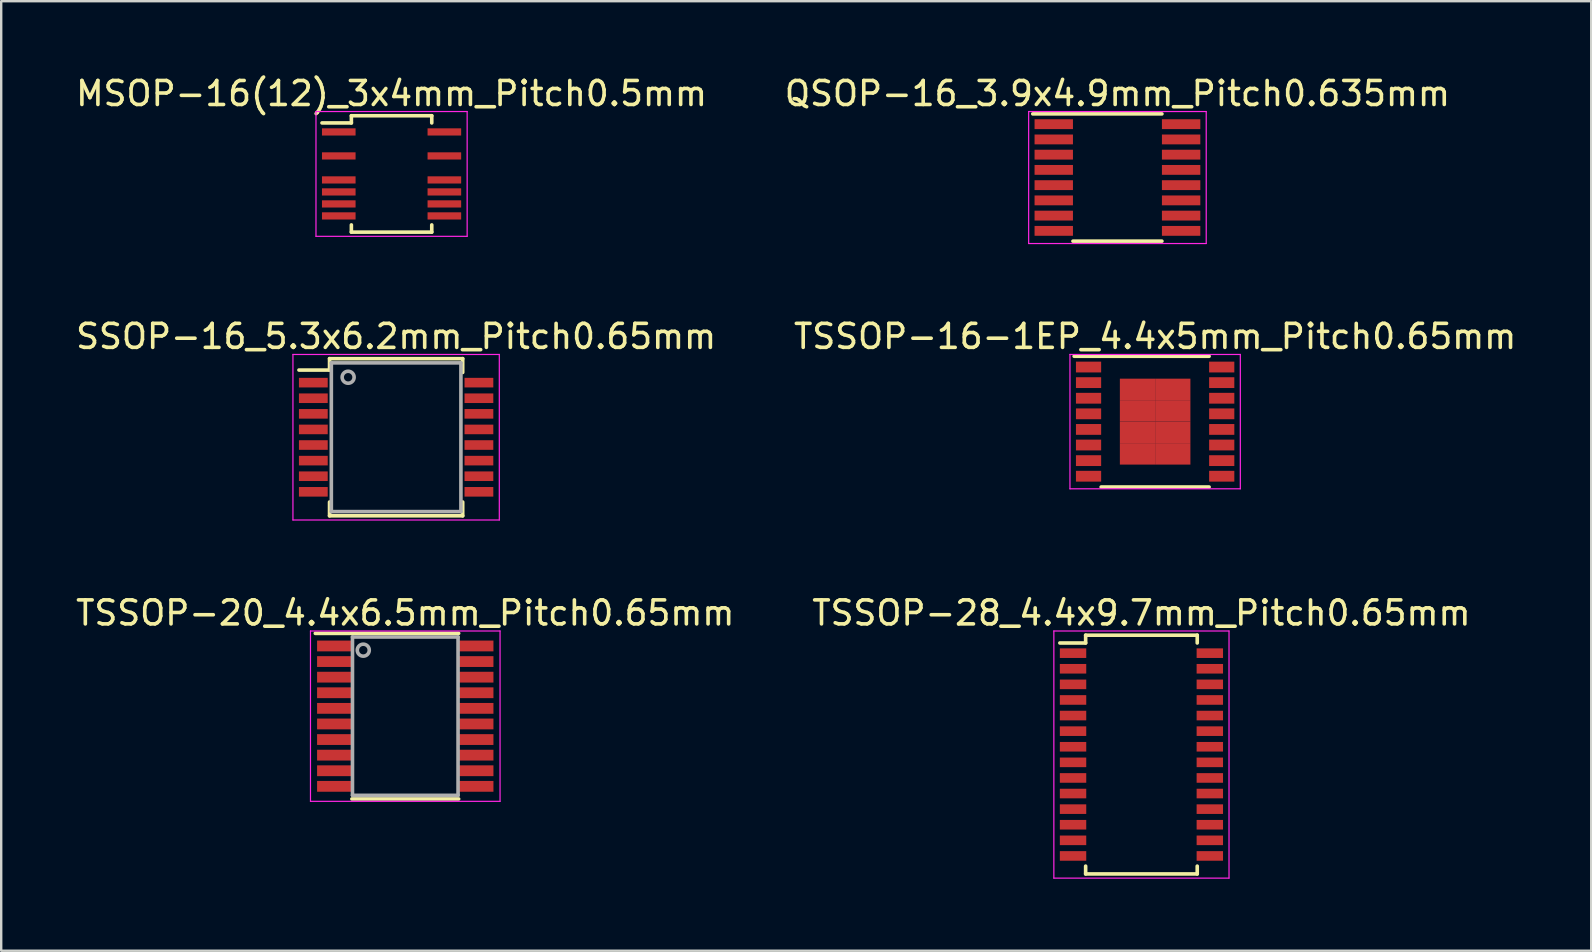
<source format=kicad_pcb>
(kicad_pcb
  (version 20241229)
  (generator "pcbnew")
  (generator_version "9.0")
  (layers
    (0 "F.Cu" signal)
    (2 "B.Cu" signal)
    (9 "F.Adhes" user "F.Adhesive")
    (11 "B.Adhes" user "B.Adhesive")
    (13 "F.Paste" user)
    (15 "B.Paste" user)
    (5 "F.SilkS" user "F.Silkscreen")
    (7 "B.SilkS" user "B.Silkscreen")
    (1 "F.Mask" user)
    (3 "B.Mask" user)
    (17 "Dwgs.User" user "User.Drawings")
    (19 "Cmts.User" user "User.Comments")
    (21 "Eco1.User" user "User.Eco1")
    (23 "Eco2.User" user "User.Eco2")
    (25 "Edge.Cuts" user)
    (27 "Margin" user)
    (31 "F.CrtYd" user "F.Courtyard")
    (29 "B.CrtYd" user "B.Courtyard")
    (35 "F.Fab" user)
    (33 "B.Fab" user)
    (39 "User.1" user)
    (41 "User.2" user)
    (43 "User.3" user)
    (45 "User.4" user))
  (footprint "QSOP-16_3.9x4.9mm_Pitch0.635mm"
    (layer "F.Cu")
    (at 43.518 4.348)
    (property "Reference" "QSOP-16_3.9x4.9mm_Pitch0.635mm" (at 0 -3.5 0) (layer "F.SilkS") (effects (font (size 1 1) (thickness 0.15))))
    (attr smd)
    (fp_line (start -3.529 -2.652) (end 1.854 -2.652) (stroke (width 0.15) (type solid)) (layer "F.SilkS"))
    (fp_line (start -1.854 2.652) (end 1.854 2.652) (stroke (width 0.15) (type solid)) (layer "F.SilkS"))
    (fp_line (start -3.7 -2.75) (end -3.7 2.75) (stroke (width 0.05) (type solid)) (layer "F.CrtYd"))
    (fp_line (start -3.7 -2.75) (end 3.7 -2.75) (stroke (width 0.05) (type solid)) (layer "F.CrtYd"))
    (fp_line (start -3.7 2.75) (end 3.7 2.75) (stroke (width 0.05) (type solid)) (layer "F.CrtYd"))
    (fp_line (start 3.7 -2.75) (end 3.7 2.75) (stroke (width 0.05) (type solid)) (layer "F.CrtYd"))
    (pad "1" smd rect (at -2.654 -2.223) (size 1.6 0.41) (layers "F.Cu" "F.Mask" "F.Paste"))
    (pad "2" smd rect (at -2.654 -1.587) (size 1.6 0.41) (layers "F.Cu" "F.Mask" "F.Paste"))
    (pad "3" smd rect (at -2.654 -0.953) (size 1.6 0.41) (layers "F.Cu" "F.Mask" "F.Paste"))
    (pad "4" smd rect (at -2.654 -0.318) (size 1.6 0.41) (layers "F.Cu" "F.Mask" "F.Paste"))
    (pad "5" smd rect (at -2.654 0.318) (size 1.6 0.41) (layers "F.Cu" "F.Mask" "F.Paste"))
    (pad "6" smd rect (at -2.654 0.953) (size 1.6 0.41) (layers "F.Cu" "F.Mask" "F.Paste"))
    (pad "7" smd rect (at -2.654 1.587) (size 1.6 0.41) (layers "F.Cu" "F.Mask" "F.Paste"))
    (pad "8" smd rect (at -2.654 2.223) (size 1.6 0.41) (layers "F.Cu" "F.Mask" "F.Paste"))
    (pad "9" smd rect (at 2.654 2.223) (size 1.6 0.41) (layers "F.Cu" "F.Mask" "F.Paste"))
    (pad "10" smd rect (at 2.654 1.587) (size 1.6 0.41) (layers "F.Cu" "F.Mask" "F.Paste"))
    (pad "11" smd rect (at 2.654 0.953) (size 1.6 0.41) (layers "F.Cu" "F.Mask" "F.Paste"))
    (pad "12" smd rect (at 2.654 0.318) (size 1.6 0.41) (layers "F.Cu" "F.Mask" "F.Paste"))
    (pad "13" smd rect (at 2.654 -0.318) (size 1.6 0.41) (layers "F.Cu" "F.Mask" "F.Paste"))
    (pad "14" smd rect (at 2.654 -0.953) (size 1.6 0.41) (layers "F.Cu" "F.Mask" "F.Paste"))
    (pad "15" smd rect (at 2.654 -1.587) (size 1.6 0.41) (layers "F.Cu" "F.Mask" "F.Paste"))
    (pad "16" smd rect (at 2.654 -2.223) (size 1.6 0.41) (layers "F.Cu" "F.Mask" "F.Paste")))
  (footprint "SSOP-16_5.3x6.2mm_Pitch0.65mm"
    (layer "F.Cu")
    (at 13.458 15.171)
    (property "Reference" "SSOP-16_5.3x6.2mm_Pitch0.65mm" (at 0 -4.2 0) (layer "F.SilkS") (effects (font (size 1 1) (thickness 0.15))))
    (attr smd)
    (fp_line (start -2.775 -3.275) (end -2.775 -2.8) (stroke (width 0.15) (type solid)) (layer "F.SilkS"))
    (fp_line (start -2.775 -3.275) (end 2.775 -3.275) (stroke (width 0.15) (type solid)) (layer "F.SilkS"))
    (fp_line (start -2.775 -2.8) (end -4.05 -2.8) (stroke (width 0.15) (type solid)) (layer "F.SilkS"))
    (fp_line (start -2.775 3.275) (end -2.775 2.7) (stroke (width 0.15) (type solid)) (layer "F.SilkS"))
    (fp_line (start -2.775 3.275) (end 2.775 3.275) (stroke (width 0.15) (type solid)) (layer "F.SilkS"))
    (fp_line (start 2.775 -3.275) (end 2.775 -2.7) (stroke (width 0.15) (type solid)) (layer "F.SilkS"))
    (fp_line (start 2.775 3.275) (end 2.775 2.7) (stroke (width 0.15) (type solid)) (layer "F.SilkS"))
    (fp_line (start -4.3 -3.45) (end -4.3 3.45) (stroke (width 0.05) (type solid)) (layer "F.CrtYd"))
    (fp_line (start -4.3 -3.45) (end 4.3 -3.45) (stroke (width 0.05) (type solid)) (layer "F.CrtYd"))
    (fp_line (start -4.3 3.45) (end 4.3 3.45) (stroke (width 0.05) (type solid)) (layer "F.CrtYd"))
    (fp_line (start 4.3 -3.45) (end 4.3 3.45) (stroke (width 0.05) (type solid)) (layer "F.CrtYd"))
    (fp_line (start -2.7 -3.1) (end 2.7 -3.1) (stroke (width 0.15) (type solid)) (layer "F.Fab"))
    (fp_line (start -2.7 3.1) (end -2.7 -3.1) (stroke (width 0.15) (type solid)) (layer "F.Fab"))
    (fp_line (start 2.7 -3.1) (end 2.7 3.1) (stroke (width 0.15) (type solid)) (layer "F.Fab"))
    (fp_line (start 2.7 3.1) (end -2.7 3.1) (stroke (width 0.15) (type solid)) (layer "F.Fab"))
    (fp_circle (center -2 -2.5) (end -2.25 -2.5) (stroke (width 0.15) (type solid)) (fill no) (layer "F.Fab"))
    (pad "1" smd rect (at -3.45 -2.275) (size 1.2 0.4) (layers "F.Cu" "F.Mask" "F.Paste"))
    (pad "2" smd rect (at -3.45 -1.625) (size 1.2 0.4) (layers "F.Cu" "F.Mask" "F.Paste"))
    (pad "3" smd rect (at -3.45 -0.975) (size 1.2 0.4) (layers "F.Cu" "F.Mask" "F.Paste"))
    (pad "4" smd rect (at -3.45 -0.325) (size 1.2 0.4) (layers "F.Cu" "F.Mask" "F.Paste"))
    (pad "5" smd rect (at -3.45 0.325) (size 1.2 0.4) (layers "F.Cu" "F.Mask" "F.Paste"))
    (pad "6" smd rect (at -3.45 0.975) (size 1.2 0.4) (layers "F.Cu" "F.Mask" "F.Paste"))
    (pad "7" smd rect (at -3.45 1.625) (size 1.2 0.4) (layers "F.Cu" "F.Mask" "F.Paste"))
    (pad "8" smd rect (at -3.45 2.275) (size 1.2 0.4) (layers "F.Cu" "F.Mask" "F.Paste"))
    (pad "9" smd rect (at 3.45 2.275) (size 1.2 0.4) (layers "F.Cu" "F.Mask" "F.Paste"))
    (pad "10" smd rect (at 3.45 1.625) (size 1.2 0.4) (layers "F.Cu" "F.Mask" "F.Paste"))
    (pad "11" smd rect (at 3.45 0.975) (size 1.2 0.4) (layers "F.Cu" "F.Mask" "F.Paste"))
    (pad "12" smd rect (at 3.45 0.325) (size 1.2 0.4) (layers "F.Cu" "F.Mask" "F.Paste"))
    (pad "13" smd rect (at 3.45 -0.325) (size 1.2 0.4) (layers "F.Cu" "F.Mask" "F.Paste"))
    (pad "14" smd rect (at 3.45 -0.975) (size 1.2 0.4) (layers "F.Cu" "F.Mask" "F.Paste"))
    (pad "15" smd rect (at 3.45 -1.625) (size 1.2 0.4) (layers "F.Cu" "F.Mask" "F.Paste"))
    (pad "16" smd rect (at 3.45 -2.275) (size 1.2 0.4) (layers "F.Cu" "F.Mask" "F.Paste")))
  (footprint "TSSOP-28_4.4x9.7mm_Pitch0.65mm"
    (layer "F.Cu")
    (at 44.518 28.395)
    (property "Reference" "TSSOP-28_4.4x9.7mm_Pitch0.65mm" (at 0 -5.9 0) (layer "F.SilkS") (effects (font (size 1 1) (thickness 0.15))))
    (attr smd)
    (fp_line (start -2.325 -4.975) (end -2.325 -4.65) (stroke (width 0.15) (type solid)) (layer "F.SilkS"))
    (fp_line (start -2.325 -4.975) (end 2.325 -4.975) (stroke (width 0.15) (type solid)) (layer "F.SilkS"))
    (fp_line (start -2.325 -4.65) (end -3.4 -4.65) (stroke (width 0.15) (type solid)) (layer "F.SilkS"))
    (fp_line (start -2.325 4.975) (end -2.325 4.65) (stroke (width 0.15) (type solid)) (layer "F.SilkS"))
    (fp_line (start -2.325 4.975) (end 2.325 4.975) (stroke (width 0.15) (type solid)) (layer "F.SilkS"))
    (fp_line (start 2.325 -4.975) (end 2.325 -4.65) (stroke (width 0.15) (type solid)) (layer "F.SilkS"))
    (fp_line (start 2.325 4.975) (end 2.325 4.65) (stroke (width 0.15) (type solid)) (layer "F.SilkS"))
    (fp_line (start -3.65 -5.15) (end -3.65 5.15) (stroke (width 0.05) (type solid)) (layer "F.CrtYd"))
    (fp_line (start -3.65 -5.15) (end 3.65 -5.15) (stroke (width 0.05) (type solid)) (layer "F.CrtYd"))
    (fp_line (start -3.65 5.15) (end 3.65 5.15) (stroke (width 0.05) (type solid)) (layer "F.CrtYd"))
    (fp_line (start 3.65 -5.15) (end 3.65 5.15) (stroke (width 0.05) (type solid)) (layer "F.CrtYd"))
    (pad "1" smd rect (at -2.85 -4.225) (size 1.1 0.4) (layers "F.Cu" "F.Mask" "F.Paste"))
    (pad "2" smd rect (at -2.85 -3.575) (size 1.1 0.4) (layers "F.Cu" "F.Mask" "F.Paste"))
    (pad "3" smd rect (at -2.85 -2.925) (size 1.1 0.4) (layers "F.Cu" "F.Mask" "F.Paste"))
    (pad "4" smd rect (at -2.85 -2.275) (size 1.1 0.4) (layers "F.Cu" "F.Mask" "F.Paste"))
    (pad "5" smd rect (at -2.85 -1.625) (size 1.1 0.4) (layers "F.Cu" "F.Mask" "F.Paste"))
    (pad "6" smd rect (at -2.85 -0.975) (size 1.1 0.4) (layers "F.Cu" "F.Mask" "F.Paste"))
    (pad "7" smd rect (at -2.85 -0.325) (size 1.1 0.4) (layers "F.Cu" "F.Mask" "F.Paste"))
    (pad "8" smd rect (at -2.85 0.325) (size 1.1 0.4) (layers "F.Cu" "F.Mask" "F.Paste"))
    (pad "9" smd rect (at -2.85 0.975) (size 1.1 0.4) (layers "F.Cu" "F.Mask" "F.Paste"))
    (pad "10" smd rect (at -2.85 1.625) (size 1.1 0.4) (layers "F.Cu" "F.Mask" "F.Paste"))
    (pad "11" smd rect (at -2.85 2.275) (size 1.1 0.4) (layers "F.Cu" "F.Mask" "F.Paste"))
    (pad "12" smd rect (at -2.85 2.925) (size 1.1 0.4) (layers "F.Cu" "F.Mask" "F.Paste"))
    (pad "13" smd rect (at -2.85 3.575) (size 1.1 0.4) (layers "F.Cu" "F.Mask" "F.Paste"))
    (pad "14" smd rect (at -2.85 4.225) (size 1.1 0.4) (layers "F.Cu" "F.Mask" "F.Paste"))
    (pad "15" smd rect (at 2.85 4.225) (size 1.1 0.4) (layers "F.Cu" "F.Mask" "F.Paste"))
    (pad "16" smd rect (at 2.85 3.575) (size 1.1 0.4) (layers "F.Cu" "F.Mask" "F.Paste"))
    (pad "17" smd rect (at 2.85 2.925) (size 1.1 0.4) (layers "F.Cu" "F.Mask" "F.Paste"))
    (pad "18" smd rect (at 2.85 2.275) (size 1.1 0.4) (layers "F.Cu" "F.Mask" "F.Paste"))
    (pad "19" smd rect (at 2.85 1.625) (size 1.1 0.4) (layers "F.Cu" "F.Mask" "F.Paste"))
    (pad "20" smd rect (at 2.85 0.975) (size 1.1 0.4) (layers "F.Cu" "F.Mask" "F.Paste"))
    (pad "21" smd rect (at 2.85 0.325) (size 1.1 0.4) (layers "F.Cu" "F.Mask" "F.Paste"))
    (pad "22" smd rect (at 2.85 -0.325) (size 1.1 0.4) (layers "F.Cu" "F.Mask" "F.Paste"))
    (pad "23" smd rect (at 2.85 -0.975) (size 1.1 0.4) (layers "F.Cu" "F.Mask" "F.Paste"))
    (pad "24" smd rect (at 2.85 -1.625) (size 1.1 0.4) (layers "F.Cu" "F.Mask" "F.Paste"))
    (pad "25" smd rect (at 2.85 -2.275) (size 1.1 0.4) (layers "F.Cu" "F.Mask" "F.Paste"))
    (pad "26" smd rect (at 2.85 -2.925) (size 1.1 0.4) (layers "F.Cu" "F.Mask" "F.Paste"))
    (pad "27" smd rect (at 2.85 -3.575) (size 1.1 0.4) (layers "F.Cu" "F.Mask" "F.Paste"))
    (pad "28" smd rect (at 2.85 -4.225) (size 1.1 0.4) (layers "F.Cu" "F.Mask" "F.Paste")))
  (footprint "TSSOP-20_4.4x6.5mm_Pitch0.65mm"
    (layer "F.Cu")
    (at 13.839 26.795)
    (property "Reference" "TSSOP-20_4.4x6.5mm_Pitch0.65mm" (at 0 -4.3 0) (layer "F.SilkS") (effects (font (size 1 1) (thickness 0.15))))
    (attr smd)
    (fp_line (start -3.75 -3.45) (end 2.225 -3.45) (stroke (width 0.15) (type solid)) (layer "F.SilkS"))
    (fp_line (start -2.225 3.45) (end 2.225 3.45) (stroke (width 0.15) (type solid)) (layer "F.SilkS"))
    (fp_line (start -3.95 -3.55) (end -3.95 3.55) (stroke (width 0.05) (type solid)) (layer "F.CrtYd"))
    (fp_line (start -3.95 -3.55) (end 3.95 -3.55) (stroke (width 0.05) (type solid)) (layer "F.CrtYd"))
    (fp_line (start -3.95 3.55) (end 3.95 3.55) (stroke (width 0.05) (type solid)) (layer "F.CrtYd"))
    (fp_line (start 3.95 -3.55) (end 3.95 3.55) (stroke (width 0.05) (type solid)) (layer "F.CrtYd"))
    (fp_line (start -2.2 -3.3) (end 2.2 -3.3) (stroke (width 0.15) (type solid)) (layer "F.Fab"))
    (fp_line (start -2.2 3.3) (end -2.2 -3.3) (stroke (width 0.15) (type solid)) (layer "F.Fab"))
    (fp_line (start 2.2 -3.3) (end 2.2 3.3) (stroke (width 0.15) (type solid)) (layer "F.Fab"))
    (fp_line (start 2.2 3.3) (end -2.2 3.3) (stroke (width 0.15) (type solid)) (layer "F.Fab"))
    (fp_circle (center -1.75 -2.75) (end -2 -2.75) (stroke (width 0.15) (type solid)) (fill no) (layer "F.Fab"))
    (pad "1" smd rect (at -2.95 -2.925) (size 1.45 0.45) (layers "F.Cu" "F.Mask" "F.Paste"))
    (pad "2" smd rect (at -2.95 -2.275) (size 1.45 0.45) (layers "F.Cu" "F.Mask" "F.Paste"))
    (pad "3" smd rect (at -2.95 -1.625) (size 1.45 0.45) (layers "F.Cu" "F.Mask" "F.Paste"))
    (pad "4" smd rect (at -2.95 -0.975) (size 1.45 0.45) (layers "F.Cu" "F.Mask" "F.Paste"))
    (pad "5" smd rect (at -2.95 -0.325) (size 1.45 0.45) (layers "F.Cu" "F.Mask" "F.Paste"))
    (pad "6" smd rect (at -2.95 0.325) (size 1.45 0.45) (layers "F.Cu" "F.Mask" "F.Paste"))
    (pad "7" smd rect (at -2.95 0.975) (size 1.45 0.45) (layers "F.Cu" "F.Mask" "F.Paste"))
    (pad "8" smd rect (at -2.95 1.625) (size 1.45 0.45) (layers "F.Cu" "F.Mask" "F.Paste"))
    (pad "9" smd rect (at -2.95 2.275) (size 1.45 0.45) (layers "F.Cu" "F.Mask" "F.Paste"))
    (pad "10" smd rect (at -2.95 2.925) (size 1.45 0.45) (layers "F.Cu" "F.Mask" "F.Paste"))
    (pad "11" smd rect (at 2.95 2.925) (size 1.45 0.45) (layers "F.Cu" "F.Mask" "F.Paste"))
    (pad "12" smd rect (at 2.95 2.275) (size 1.45 0.45) (layers "F.Cu" "F.Mask" "F.Paste"))
    (pad "13" smd rect (at 2.95 1.625) (size 1.45 0.45) (layers "F.Cu" "F.Mask" "F.Paste"))
    (pad "14" smd rect (at 2.95 0.975) (size 1.45 0.45) (layers "F.Cu" "F.Mask" "F.Paste"))
    (pad "15" smd rect (at 2.95 0.325) (size 1.45 0.45) (layers "F.Cu" "F.Mask" "F.Paste"))
    (pad "16" smd rect (at 2.95 -0.325) (size 1.45 0.45) (layers "F.Cu" "F.Mask" "F.Paste"))
    (pad "17" smd rect (at 2.95 -0.975) (size 1.45 0.45) (layers "F.Cu" "F.Mask" "F.Paste"))
    (pad "18" smd rect (at 2.95 -1.625) (size 1.45 0.45) (layers "F.Cu" "F.Mask" "F.Paste"))
    (pad "19" smd rect (at 2.95 -2.275) (size 1.45 0.45) (layers "F.Cu" "F.Mask" "F.Paste"))
    (pad "20" smd rect (at 2.95 -2.925) (size 1.45 0.45) (layers "F.Cu" "F.Mask" "F.Paste")))
  (footprint "MSOP-16(12)_3x4mm_Pitch0.5mm"
    (layer "F.Cu")
    (at 13.268 4.198)
    (property "Reference" "MSOP-16(12)_3x4mm_Pitch0.5mm" (at 0 -3.35 0) (layer "F.SilkS") (effects (font (size 1 1) (thickness 0.15))))
    (attr smd)
    (fp_line (start -1.675 -2.425) (end -1.675 -2.125) (stroke (width 0.15) (type solid)) (layer "F.SilkS"))
    (fp_line (start -1.675 -2.425) (end 1.675 -2.425) (stroke (width 0.15) (type solid)) (layer "F.SilkS"))
    (fp_line (start -1.675 -2.125) (end -2.9 -2.125) (stroke (width 0.15) (type solid)) (layer "F.SilkS"))
    (fp_line (start -1.675 2.425) (end -1.675 2.125) (stroke (width 0.15) (type solid)) (layer "F.SilkS"))
    (fp_line (start -1.675 2.425) (end 1.675 2.425) (stroke (width 0.15) (type solid)) (layer "F.SilkS"))
    (fp_line (start 1.675 -2.425) (end 1.675 -2.125) (stroke (width 0.15) (type solid)) (layer "F.SilkS"))
    (fp_line (start 1.675 2.425) (end 1.675 2.125) (stroke (width 0.15) (type solid)) (layer "F.SilkS"))
    (fp_line (start -3.15 -2.6) (end -3.15 2.6) (stroke (width 0.05) (type solid)) (layer "F.CrtYd"))
    (fp_line (start -3.15 -2.6) (end 3.15 -2.6) (stroke (width 0.05) (type solid)) (layer "F.CrtYd"))
    (fp_line (start -3.15 2.6) (end 3.15 2.6) (stroke (width 0.05) (type solid)) (layer "F.CrtYd"))
    (fp_line (start 3.15 -2.6) (end 3.15 2.6) (stroke (width 0.05) (type solid)) (layer "F.CrtYd"))
    (pad "1" smd rect (at -2.2 -1.75) (size 1.4 0.3) (layers "F.Cu" "F.Mask" "F.Paste"))
    (pad "3" smd rect (at -2.2 -0.75) (size 1.4 0.3) (layers "F.Cu" "F.Mask" "F.Paste"))
    (pad "5" smd rect (at -2.2 0.25) (size 1.4 0.3) (layers "F.Cu" "F.Mask" "F.Paste"))
    (pad "6" smd rect (at -2.2 0.75) (size 1.4 0.3) (layers "F.Cu" "F.Mask" "F.Paste"))
    (pad "7" smd rect (at -2.2 1.25) (size 1.4 0.3) (layers "F.Cu" "F.Mask" "F.Paste"))
    (pad "8" smd rect (at -2.2 1.75) (size 1.4 0.3) (layers "F.Cu" "F.Mask" "F.Paste"))
    (pad "9" smd rect (at 2.2 1.75) (size 1.4 0.3) (layers "F.Cu" "F.Mask" "F.Paste"))
    (pad "10" smd rect (at 2.2 1.25) (size 1.4 0.3) (layers "F.Cu" "F.Mask" "F.Paste"))
    (pad "11" smd rect (at 2.2 0.75) (size 1.4 0.3) (layers "F.Cu" "F.Mask" "F.Paste"))
    (pad "12" smd rect (at 2.2 0.25) (size 1.4 0.3) (layers "F.Cu" "F.Mask" "F.Paste"))
    (pad "14" smd rect (at 2.2 -0.75) (size 1.4 0.3) (layers "F.Cu" "F.Mask" "F.Paste"))
    (pad "16" smd rect (at 2.2 -1.75) (size 1.4 0.3) (layers "F.Cu" "F.Mask" "F.Paste")))
  (footprint "TSSOP-16-1EP_4.4x5mm_Pitch0.65mm"
    (layer "F.Cu")
    (at 45.089 14.521)
    (property "Reference" "TSSOP-16-1EP_4.4x5mm_Pitch0.65mm" (at 0 -3.55 0) (layer "F.SilkS") (effects (font (size 1 1) (thickness 0.15))))
    (attr smd)
    (fp_line (start -3.375 -2.725) (end 2.25 -2.725) (stroke (width 0.15) (type solid)) (layer "F.SilkS"))
    (fp_line (start -2.25 2.725) (end 2.25 2.725) (stroke (width 0.15) (type solid)) (layer "F.SilkS"))
    (fp_line (start -3.55 -2.8) (end -3.55 2.8) (stroke (width 0.05) (type solid)) (layer "F.CrtYd"))
    (fp_line (start -3.55 -2.8) (end 3.55 -2.8) (stroke (width 0.05) (type solid)) (layer "F.CrtYd"))
    (fp_line (start -3.55 2.8) (end 3.55 2.8) (stroke (width 0.05) (type solid)) (layer "F.CrtYd"))
    (fp_line (start 3.55 -2.8) (end 3.55 2.8) (stroke (width 0.05) (type solid)) (layer "F.CrtYd"))
    (pad "1" smd rect (at -2.775 -2.275) (size 1.05 0.45) (layers "F.Cu" "F.Mask" "F.Paste"))
    (pad "2" smd rect (at -2.775 -1.625) (size 1.05 0.45) (layers "F.Cu" "F.Mask" "F.Paste"))
    (pad "3" smd rect (at -2.775 -0.975) (size 1.05 0.45) (layers "F.Cu" "F.Mask" "F.Paste"))
    (pad "4" smd rect (at -2.775 -0.325) (size 1.05 0.45) (layers "F.Cu" "F.Mask" "F.Paste"))
    (pad "5" smd rect (at -2.775 0.325) (size 1.05 0.45) (layers "F.Cu" "F.Mask" "F.Paste"))
    (pad "6" smd rect (at -2.775 0.975) (size 1.05 0.45) (layers "F.Cu" "F.Mask" "F.Paste"))
    (pad "7" smd rect (at -2.775 1.625) (size 1.05 0.45) (layers "F.Cu" "F.Mask" "F.Paste"))
    (pad "8" smd rect (at -2.775 2.275) (size 1.05 0.45) (layers "F.Cu" "F.Mask" "F.Paste"))
    (pad "9" smd rect (at 2.775 2.275) (size 1.05 0.45) (layers "F.Cu" "F.Mask" "F.Paste"))
    (pad "10" smd rect (at 2.775 1.625) (size 1.05 0.45) (layers "F.Cu" "F.Mask" "F.Paste"))
    (pad "11" smd rect (at 2.775 0.975) (size 1.05 0.45) (layers "F.Cu" "F.Mask" "F.Paste"))
    (pad "12" smd rect (at 2.775 0.325) (size 1.05 0.45) (layers "F.Cu" "F.Mask" "F.Paste"))
    (pad "13" smd rect (at 2.775 -0.325) (size 1.05 0.45) (layers "F.Cu" "F.Mask" "F.Paste"))
    (pad "14" smd rect (at 2.775 -0.975) (size 1.05 0.45) (layers "F.Cu" "F.Mask" "F.Paste"))
    (pad "15" smd rect (at 2.775 -1.625) (size 1.05 0.45) (layers "F.Cu" "F.Mask" "F.Paste"))
    (pad "16" smd rect (at 2.775 -2.275) (size 1.05 0.45) (layers "F.Cu" "F.Mask" "F.Paste"))
    (pad "17" smd rect (at -0.735 -1.343) (size 1.47 0.895) (layers "F.Cu" "F.Mask" "F.Paste"))
    (pad "17" smd rect (at -0.735 -0.448) (size 1.47 0.895) (layers "F.Cu" "F.Mask" "F.Paste"))
    (pad "17" smd rect (at -0.735 0.448) (size 1.47 0.895) (layers "F.Cu" "F.Mask" "F.Paste"))
    (pad "17" smd rect (at -0.735 1.343) (size 1.47 0.895) (layers "F.Cu" "F.Mask" "F.Paste"))
    (pad "17" smd rect (at 0.735 -1.343) (size 1.47 0.895) (layers "F.Cu" "F.Mask" "F.Paste"))
    (pad "17" smd rect (at 0.735 -0.448) (size 1.47 0.895) (layers "F.Cu" "F.Mask" "F.Paste"))
    (pad "17" smd rect (at 0.735 0.448) (size 1.47 0.895) (layers "F.Cu" "F.Mask" "F.Paste"))
    (pad "17" smd rect (at 0.735 1.343) (size 1.47 0.895) (layers "F.Cu" "F.Mask" "F.Paste")))
  (gr_rect
    (start -3 -3)
    (end 63.262 36.57)
    (stroke (width 0.1) (type default))
    (fill no)
    (layer "Edge.Cuts")))
</source>
